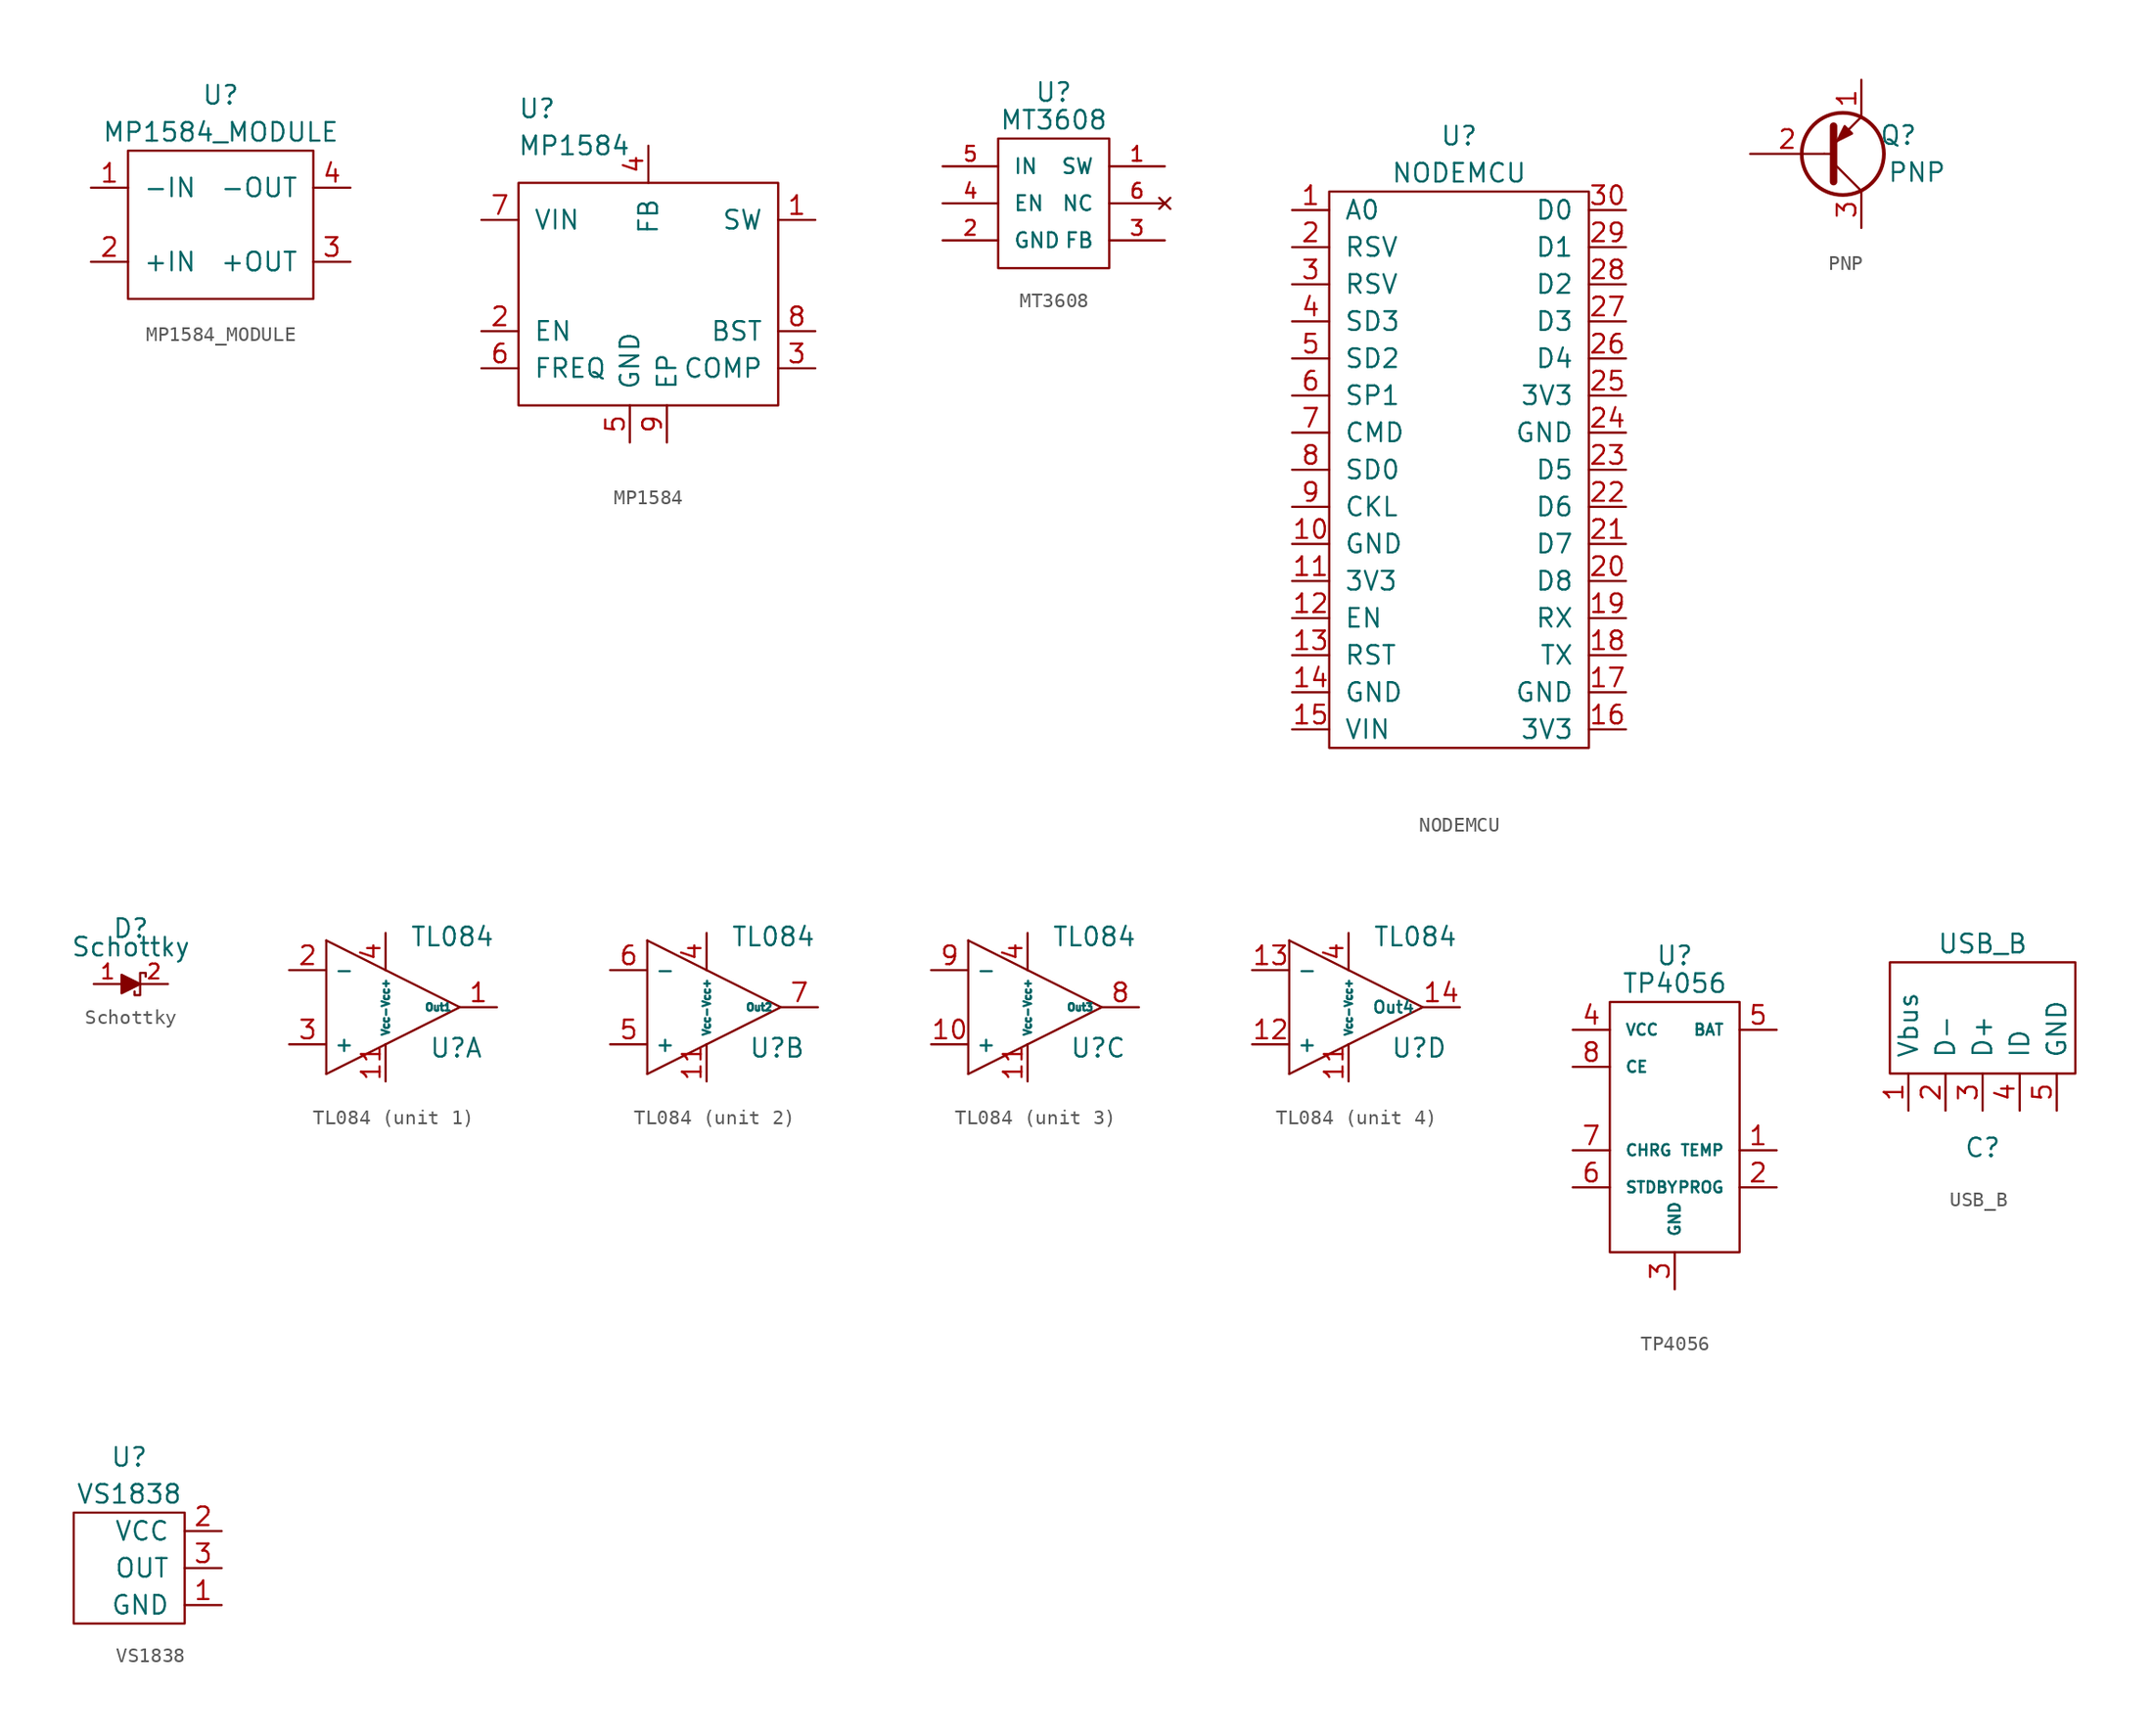
<source format=kicad_sym>
(kicad_symbol_lib
  (version 20231120)
  (generator "kicad_symbol_editor")
  (generator_version "8.0")
  (symbol "MP1584_MODULE"
    (pin_names
      (offset 1.016))
    (property "Reference" "U"
      (at 0 8.89 0)
      (effects (font (size 1.27 1.27))))
    (property "Value" "MP1584_MODULE"
      (at 0 6.35 0)
      (effects (font (size 1.27 1.27))))
    (symbol "MP1584_MODULE_0_1"
      (rectangle (start -6.35 5.08) (end 6.35 -5.08) (stroke (width 0) (type default)) (fill (type none))))
    (symbol "MP1584_MODULE_1_1"
      (pin power_in line (at -8.89 2.54 0) (length 2.54) (name "-IN" (effects (font (size 1.27 1.27)))) (number "1" (effects (font (size 1.27 1.27)))))
      (pin power_in line (at -8.89 -2.54 0) (length 2.54) (name "+IN" (effects (font (size 1.27 1.27)))) (number "2" (effects (font (size 1.27 1.27)))))
      (pin power_out line (at 8.89 -2.54 180) (length 2.54) (name "+OUT" (effects (font (size 1.27 1.27)))) (number "3" (effects (font (size 1.27 1.27)))))
      (pin power_out line (at 8.89 2.54 180) (length 2.54) (name "-OUT" (effects (font (size 1.27 1.27)))) (number "4" (effects (font (size 1.27 1.27)))))))
  (symbol "MP1584"
    (pin_names
      (offset 1.016))
    (property "Reference" "U"
      (at -6.35 12.7 0)
      (effects (font (size 1.27 1.27))))
    (property "Value" "MP1584"
      (at -3.81 10.16 0)
      (effects (font (size 1.27 1.27))))
    (symbol "MP1584_0_1"
      (rectangle (start -7.62 7.62) (end 10.16 -7.62) (stroke (width 0) (type default)) (fill (type none))))
    (symbol "MP1584_1_1"
      (pin input line (at 12.7 5.08 180) (length 2.54) (name "SW" (effects (font (size 1.27 1.27)))) (number "1" (effects (font (size 1.27 1.27)))))
      (pin input line (at -10.16 -2.54 0) (length 2.54) (name "EN" (effects (font (size 1.27 1.27)))) (number "2" (effects (font (size 1.27 1.27)))))
      (pin input line (at 12.7 -5.08 180) (length 2.54) (name "COMP" (effects (font (size 1.27 1.27)))) (number "3" (effects (font (size 1.27 1.27)))))
      (pin input line (at 1.27 10.16 270) (length 2.54) (name "FB" (effects (font (size 1.27 1.27)))) (number "4" (effects (font (size 1.27 1.27)))))
      (pin input line (at 0 -10.16 90) (length 2.54) (name "GND" (effects (font (size 1.27 1.27)))) (number "5" (effects (font (size 1.27 1.27)))))
      (pin input line (at -10.16 -5.08 0) (length 2.54) (name "FREQ" (effects (font (size 1.27 1.27)))) (number "6" (effects (font (size 1.27 1.27)))))
      (pin input line (at -10.16 5.08 0) (length 2.54) (name "VIN" (effects (font (size 1.27 1.27)))) (number "7" (effects (font (size 1.27 1.27)))))
      (pin input line (at 12.7 -2.54 180) (length 2.54) (name "BST" (effects (font (size 1.27 1.27)))) (number "8" (effects (font (size 1.27 1.27)))))
      (pin input line (at 2.54 -10.16 90) (length 2.54) (name "EP" (effects (font (size 1.27 1.27)))) (number "9" (effects (font (size 1.27 1.27)))))))
  (symbol "MT3608"
    (pin_names
      (offset 1.016))
    (property "Reference" "U"
      (at 0 5.08 0)
      (effects (font (size 1.27 1.27))))
    (property "Value" "MT3608"
      (at 0 3.175 0)
      (effects (font (size 1.27 1.27))))
    (symbol "MT3608_0_1"
      (rectangle (start -3.81 1.905) (end 3.81 -6.985) (stroke (width 0) (type solid)) (fill (type none))))
    (symbol "MT3608_1_1"
      (pin passive line (at 7.62 0 180) (length 3.81) (name "SW" (effects (font (size 1.016 1.016)))) (number "1" (effects (font (size 1.016 1.016)))))
      (pin power_in line (at -7.62 -5.08 0) (length 3.81) (name "GND" (effects (font (size 1.016 1.016)))) (number "2" (effects (font (size 1.016 1.016)))))
      (pin passive line (at 7.62 -5.08 180) (length 3.81) (name "FB" (effects (font (size 1.016 1.016)))) (number "3" (effects (font (size 1.016 1.016)))))
      (pin passive line (at -7.62 -2.54 0) (length 3.81) (name "EN" (effects (font (size 1.016 1.016)))) (number "4" (effects (font (size 1.016 1.016)))))
      (pin power_in line (at -7.62 0 0) (length 3.81) (name "IN" (effects (font (size 1.016 1.016)))) (number "5" (effects (font (size 1.016 1.016)))))
      (pin no_connect line (at 7.62 -2.54 180) (length 3.81) (name "NC" (effects (font (size 1.016 1.016)))) (number "6" (effects (font (size 1.016 1.016)))))))
  (symbol "NODEMCU"
    (pin_names
      (offset 1.016))
    (property "Reference" "U"
      (at 0 22.86 0)
      (effects (font (size 1.27 1.27))))
    (property "Value" "NODEMCU"
      (at 0 20.32 0)
      (effects (font (size 1.27 1.27))))
    (symbol "NODEMCU_1_1"
      (rectangle (start -8.89 19.05) (end 8.89 -19.05) (stroke (width 0) (type default)) (fill (type none)))
      (pin input line (at -11.43 17.78 0) (length 2.54) (name "A0" (effects (font (size 1.27 1.27)))) (number "1" (effects (font (size 1.27 1.27)))))
      (pin power_in line (at -11.43 -5.08 0) (length 2.54) (name "GND" (effects (font (size 1.27 1.27)))) (number "10" (effects (font (size 1.27 1.27)))))
      (pin power_out line (at -11.43 -7.62 0) (length 2.54) (name "3V3" (effects (font (size 1.27 1.27)))) (number "11" (effects (font (size 1.27 1.27)))))
      (pin unspecified line (at -11.43 -10.16 0) (length 2.54) (name "EN" (effects (font (size 1.27 1.27)))) (number "12" (effects (font (size 1.27 1.27)))))
      (pin unspecified line (at -11.43 -12.7 0) (length 2.54) (name "RST" (effects (font (size 1.27 1.27)))) (number "13" (effects (font (size 1.27 1.27)))))
      (pin power_in line (at -11.43 -15.24 0) (length 2.54) (name "GND" (effects (font (size 1.27 1.27)))) (number "14" (effects (font (size 1.27 1.27)))))
      (pin power_in line (at -11.43 -17.78 0) (length 2.54) (name "VIN" (effects (font (size 1.27 1.27)))) (number "15" (effects (font (size 1.27 1.27)))))
      (pin power_out line (at 11.43 -17.78 180) (length 2.54) (name "3V3" (effects (font (size 1.27 1.27)))) (number "16" (effects (font (size 1.27 1.27)))))
      (pin power_in line (at 11.43 -15.24 180) (length 2.54) (name "GND" (effects (font (size 1.27 1.27)))) (number "17" (effects (font (size 1.27 1.27)))))
      (pin bidirectional line (at 11.43 -12.7 180) (length 2.54) (name "TX" (effects (font (size 1.27 1.27)))) (number "18" (effects (font (size 1.27 1.27)))))
      (pin bidirectional line (at 11.43 -10.16 180) (length 2.54) (name "RX" (effects (font (size 1.27 1.27)))) (number "19" (effects (font (size 1.27 1.27)))))
      (pin bidirectional line (at -11.43 15.24 0) (length 2.54) (name "RSV" (effects (font (size 1.27 1.27)))) (number "2" (effects (font (size 1.27 1.27)))))
      (pin bidirectional line (at 11.43 -7.62 180) (length 2.54) (name "D8" (effects (font (size 1.27 1.27)))) (number "20" (effects (font (size 1.27 1.27)))))
      (pin bidirectional line (at 11.43 -5.08 180) (length 2.54) (name "D7" (effects (font (size 1.27 1.27)))) (number "21" (effects (font (size 1.27 1.27)))))
      (pin bidirectional line (at 11.43 -2.54 180) (length 2.54) (name "D6" (effects (font (size 1.27 1.27)))) (number "22" (effects (font (size 1.27 1.27)))))
      (pin bidirectional line (at 11.43 0 180) (length 2.54) (name "D5" (effects (font (size 1.27 1.27)))) (number "23" (effects (font (size 1.27 1.27)))))
      (pin power_in line (at 11.43 2.54 180) (length 2.54) (name "GND" (effects (font (size 1.27 1.27)))) (number "24" (effects (font (size 1.27 1.27)))))
      (pin power_out line (at 11.43 5.08 180) (length 2.54) (name "3V3" (effects (font (size 1.27 1.27)))) (number "25" (effects (font (size 1.27 1.27)))))
      (pin bidirectional line (at 11.43 7.62 180) (length 2.54) (name "D4" (effects (font (size 1.27 1.27)))) (number "26" (effects (font (size 1.27 1.27)))))
      (pin bidirectional line (at 11.43 10.16 180) (length 2.54) (name "D3" (effects (font (size 1.27 1.27)))) (number "27" (effects (font (size 1.27 1.27)))))
      (pin bidirectional line (at 11.43 12.7 180) (length 2.54) (name "D2" (effects (font (size 1.27 1.27)))) (number "28" (effects (font (size 1.27 1.27)))))
      (pin bidirectional line (at 11.43 15.24 180) (length 2.54) (name "D1" (effects (font (size 1.27 1.27)))) (number "29" (effects (font (size 1.27 1.27)))))
      (pin bidirectional line (at -11.43 12.7 0) (length 2.54) (name "RSV" (effects (font (size 1.27 1.27)))) (number "3" (effects (font (size 1.27 1.27)))))
      (pin bidirectional line (at 11.43 17.78 180) (length 2.54) (name "D0" (effects (font (size 1.27 1.27)))) (number "30" (effects (font (size 1.27 1.27)))))
      (pin bidirectional line (at -11.43 10.16 0) (length 2.54) (name "SD3" (effects (font (size 1.27 1.27)))) (number "4" (effects (font (size 1.27 1.27)))))
      (pin bidirectional line (at -11.43 7.62 0) (length 2.54) (name "SD2" (effects (font (size 1.27 1.27)))) (number "5" (effects (font (size 1.27 1.27)))))
      (pin output line (at -11.43 5.08 0) (length 2.54) (name "SP1" (effects (font (size 1.27 1.27)))) (number "6" (effects (font (size 1.27 1.27)))))
      (pin output line (at -11.43 2.54 0) (length 2.54) (name "CMD" (effects (font (size 1.27 1.27)))) (number "7" (effects (font (size 1.27 1.27)))))
      (pin output line (at -11.43 0 0) (length 2.54) (name "SD0" (effects (font (size 1.27 1.27)))) (number "8" (effects (font (size 1.27 1.27)))))
      (pin output line (at -11.43 -2.54 0) (length 2.54) (name "CKL" (effects (font (size 1.27 1.27)))) (number "9" (effects (font (size 1.27 1.27)))))))
  (symbol "PNP"
    (pin_names
      (offset 1.016))
    (property "Reference" "Q"
      (at 5.08 1.27 0)
      (effects (font (size 1.27 1.27))))
    (property "Value" "PNP"
      (at 6.35 -1.27 0)
      (effects (font (size 1.27 1.27))))
    (symbol "PNP_1_1"
      (polyline (pts (xy 0 0) (xy 0.635 0)) (stroke (width 0) (type default)) (fill (type none)))
      (polyline (pts (xy 0.635 0.635) (xy 2.54 2.54)) (stroke (width 0) (type default)) (fill (type none)))
      (polyline (pts (xy 0.635 -0.635) (xy 2.54 -2.54) (xy 2.54 -2.54)) (stroke (width 0) (type default)) (fill (type none)))
      (polyline (pts (xy 0.635 1.905) (xy 0.635 -1.905) (xy 0.635 -1.905)) (stroke (width 0.508) (type default)) (fill (type none)))
      (polyline (pts (xy 1.397 1.905) (xy 1.905 1.397) (xy 0.889 0.889) (xy 1.397 1.905) (xy 1.397 1.905)) (stroke (width 0) (type default)) (fill (type outline)))
      (circle (center 1.27 0) (radius 2.819) (stroke (width 0.254) (type default)) (fill (type none)))
      (pin passive line (at 2.54 5.08 270) (length 2.54) (name "~" (effects (font (size 1.27 1.27)))) (number "1" (effects (font (size 1.27 1.27)))))
      (pin input line (at -5.08 0 0) (length 5.08) (name "~" (effects (font (size 1.27 1.27)))) (number "2" (effects (font (size 1.27 1.27)))))
      (pin passive line (at 2.54 -5.08 90) (length 2.54) (name "~" (effects (font (size 1.27 1.27)))) (number "3" (effects (font (size 1.27 1.27)))))))
  (symbol "Schottky"
    (pin_names
      (offset 1.016) hide)
    (property "Reference" "D"
      (at 0 3.81 0)
      (effects (font (size 1.27 1.27))))
    (property "Value" "Schottky"
      (at 0 2.54 0)
      (effects (font (size 1.27 1.27))))
    (symbol "Schottky_0_1"
      (polyline (pts (xy 0.635 0) (xy 0.635 -0.762) (xy 0.254 -0.762) (xy 0.254 -0.508)) (stroke (width 0) (type default)) (fill (type none)))
      (polyline (pts (xy 0.635 0) (xy 0.635 0.762) (xy 1.016 0.762) (xy 1.016 0.508)) (stroke (width 0) (type default)) (fill (type none))))
    (symbol "Schottky_1_1"
      (polyline (pts (xy -0.635 0.635) (xy -0.635 -0.635) (xy 0.635 0) (xy -0.635 0.635)) (stroke (width 0) (type default)) (fill (type outline)))
      (pin passive line (at -2.54 0 0) (length 1.905) (name "A" (effects (font (size 1.016 1.016)))) (number "1" (effects (font (size 1.016 1.016)))))
      (pin passive line (at 2.54 0 180) (length 1.905) (name "K" (effects (font (size 1.016 1.016)))) (number "2" (effects (font (size 1.016 1.016)))))))
  (symbol "TL084"
    (property "Reference" "U"
      (at 4.826 -2.794 0)
      (effects (font (size 1.27 1.27))))
    (property "Value" "TL084"
      (at 4.572 4.826 0)
      (effects (font (size 1.27 1.27))))
    (symbol "TL084_0_1"
      (polyline (pts (xy -4.064 -4.572) (xy 0 -2.54)) (stroke (width 0.152) (type default)) (fill (type none)))
      (polyline (pts (xy -4.064 4.572) (xy -4.064 -4.572)) (stroke (width 0.152) (type default)) (fill (type none)))
      (polyline (pts (xy 0 2.54) (xy -4.064 4.572)) (stroke (width 0.152) (type default)) (fill (type none)))
      (polyline (pts (xy 0 2.54) (xy 5.08 0) (xy 0 -2.54)) (stroke (width 0.152) (type default)) (fill (type none)))
      (pin power_in line (at 0 -5.08 90) (length 2.54) (name "Vcc-" (effects (font (size 0.5 0.5)))) (number "11" (effects (font (size 1.27 1.27)))))
      (pin power_in line (at 0 5.08 270) (length 2.54) (name "Vcc+" (effects (font (size 0.5 0.5)))) (number "4" (effects (font (size 1.27 1.27))))))
    (symbol "TL084_1_1"
      (pin output line (at 7.62 0 180) (length 2.54) (name "Out1" (effects (font (size 0.5 0.5)))) (number "1" (effects (font (size 1.27 1.27)))))
      (pin input line (at -6.604 2.54 0) (length 2.54) (name "-" (effects (font (size 1 1)))) (number "2" (effects (font (size 1.27 1.27)))))
      (pin input line (at -6.604 -2.54 0) (length 2.54) (name "+" (effects (font (size 1 1)))) (number "3" (effects (font (size 1.27 1.27))))))
    (symbol "TL084_2_1"
      (pin input line (at -6.604 -2.54 0) (length 2.54) (name "+" (effects (font (size 1 1)))) (number "5" (effects (font (size 1.27 1.27)))))
      (pin input line (at -6.604 2.54 0) (length 2.54) (name "-" (effects (font (size 1 1)))) (number "6" (effects (font (size 1.27 1.27)))))
      (pin output line (at 7.62 0 180) (length 2.54) (name "Out2" (effects (font (size 0.5 0.5)))) (number "7" (effects (font (size 1.27 1.27))))))
    (symbol "TL084_3_1"
      (pin input line (at -6.604 -2.54 0) (length 2.54) (name "+" (effects (font (size 1 1)))) (number "10" (effects (font (size 1.27 1.27)))))
      (pin output line (at 7.62 0 180) (length 2.54) (name "Out3" (effects (font (size 0.5 0.5)))) (number "8" (effects (font (size 1.27 1.27)))))
      (pin input line (at -6.604 2.54 0) (length 2.54) (name "-" (effects (font (size 1 1)))) (number "9" (effects (font (size 1.27 1.27))))))
    (symbol "TL084_4_1"
      (pin input line (at -6.604 -2.54 0) (length 2.54) (name "+" (effects (font (size 1 1)))) (number "12" (effects (font (size 1.27 1.27)))))
      (pin input line (at -6.604 2.54 0) (length 2.54) (name "-" (effects (font (size 1 1)))) (number "13" (effects (font (size 1.27 1.27)))))
      (pin output line (at 7.62 0 180) (length 2.54) (name "Out4" (effects (font (size 0.8 0.8)))) (number "14" (effects (font (size 1.27 1.27)))))))
  (symbol "TP4056"
    (pin_names
      (offset 1.016))
    (property "Reference" "U"
      (at 0 11.43 0)
      (effects (font (size 1.27 1.27))))
    (property "Value" "TP4056"
      (at 0 9.525 0)
      (effects (font (size 1.27 1.27))))
    (symbol "TP4056_0_1"
      (rectangle (start -4.445 8.255) (end 4.445 -8.89) (stroke (width 0) (type solid)) (fill (type none))))
    (symbol "TP4056_1_1"
      (pin passive line (at 6.985 -1.905 180) (length 2.54) (name "TEMP" (effects (font (size 0.762 0.762)))) (number "1" (effects (font (size 1.27 1.27)))))
      (pin passive line (at 6.985 -4.445 180) (length 2.54) (name "PROG" (effects (font (size 0.762 0.762)))) (number "2" (effects (font (size 1.27 1.27)))))
      (pin power_in line (at 0 -11.43 90) (length 2.54) (name "GND" (effects (font (size 0.762 0.762)))) (number "3" (effects (font (size 1.27 1.27)))))
      (pin power_in line (at -6.985 6.35 0) (length 2.54) (name "VCC" (effects (font (size 0.762 0.762)))) (number "4" (effects (font (size 1.27 1.27)))))
      (pin passive line (at 6.985 6.35 180) (length 2.54) (name "BAT" (effects (font (size 0.762 0.762)))) (number "5" (effects (font (size 1.27 1.27)))))
      (pin input line (at -6.985 -4.445 0) (length 2.54) (name "STDBY" (effects (font (size 0.762 0.762)))) (number "6" (effects (font (size 1.27 1.27)))))
      (pin passive line (at -6.985 -1.905 0) (length 2.54) (name "CHRG" (effects (font (size 0.762 0.762)))) (number "7" (effects (font (size 1.27 1.27)))))
      (pin passive line (at -6.985 3.81 0) (length 2.54) (name "CE" (effects (font (size 0.762 0.762)))) (number "8" (effects (font (size 1.27 1.27)))))))
  (symbol "USB_B"
    (pin_names
      (offset 1.016))
    (property "Reference" "C"
      (at 0 -8.89 0)
      (effects (font (size 1.27 1.27))))
    (property "Value" "USB_B"
      (at 0 5.08 0)
      (effects (font (size 1.27 1.27))))
    (symbol "USB_B_0_1"
      (rectangle (start 6.35 -3.81) (end -6.35 3.81) (stroke (width 0) (type default)) (fill (type none))))
    (symbol "USB_B_1_1"
      (pin bidirectional line (at -5.08 -6.35 90) (length 2.54) (name "Vbus" (effects (font (size 1.27 1.27)))) (number "1" (effects (font (size 1.27 1.27)))))
      (pin bidirectional line (at -2.54 -6.35 90) (length 2.54) (name "D-" (effects (font (size 1.27 1.27)))) (number "2" (effects (font (size 1.27 1.27)))))
      (pin bidirectional line (at 0 -6.35 90) (length 2.54) (name "D+" (effects (font (size 1.27 1.27)))) (number "3" (effects (font (size 1.27 1.27)))))
      (pin bidirectional line (at 2.54 -6.35 90) (length 2.54) (name "ID" (effects (font (size 1.27 1.27)))) (number "4" (effects (font (size 1.27 1.27)))))
      (pin power_out line (at 5.08 -6.35 90) (length 2.54) (name "GND" (effects (font (size 1.27 1.27)))) (number "5" (effects (font (size 1.27 1.27)))))))
  (symbol "VS1838"
    (pin_names
      (offset 1.016))
    (property "Reference" "U"
      (at 0 7.62 0)
      (effects (font (size 1.27 1.27))))
    (property "Value" "VS1838"
      (at 0 5.08 0)
      (effects (font (size 1.27 1.27))))
    (symbol "VS1838_0_1"
      (polyline (pts (xy 3.81 -3.81) (xy 3.81 3.81) (xy -3.81 3.81) (xy -3.81 -3.81) (xy 3.81 -3.81)) (stroke (width 0) (type default)) (fill (type none))))
    (symbol "VS1838_1_1"
      (pin input line (at 6.35 -2.54 180) (length 2.54) (name "GND" (effects (font (size 1.27 1.27)))) (number "1" (effects (font (size 1.27 1.27)))))
      (pin input line (at 6.35 2.54 180) (length 2.54) (name "VCC" (effects (font (size 1.27 1.27)))) (number "2" (effects (font (size 1.27 1.27)))))
      (pin input line (at 6.35 0 180) (length 2.54) (name "OUT" (effects (font (size 1.27 1.27)))) (number "3" (effects (font (size 1.27 1.27))))))))
</source>
